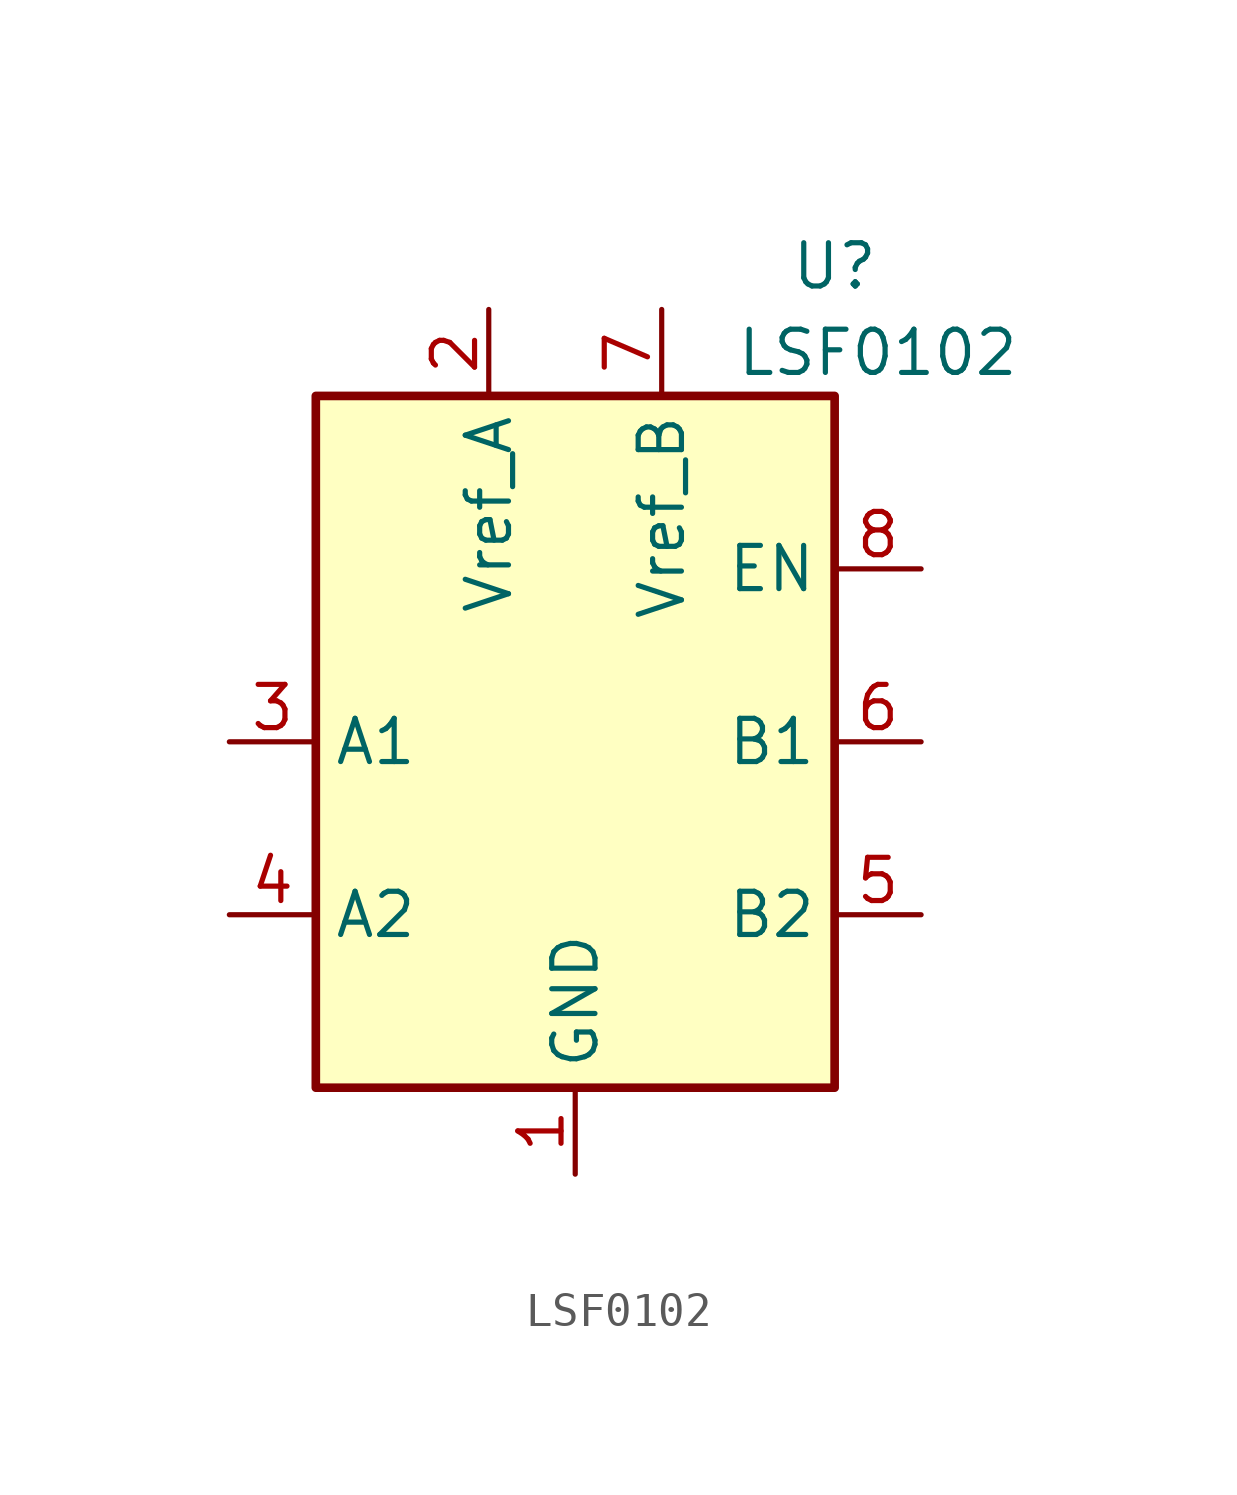
<source format=kicad_sym>
(kicad_symbol_lib
  (version 20211014)
  (generator kicad_symbol_editor)
  (symbol "LSF0102"
    (property "Reference" "U"
      (at 12.7 22.86 0)
      (effects (font (size 1.27 1.27))))
    (property "Value" "LSF0102"
      (at 13.97 20.32 0)
      (effects (font (size 1.27 1.27))))
    (symbol "LSF0102_0_1"
      (rectangle (start -2.54 19.05) (end 12.7 -1.27) (stroke (width 0.254) (type default) (color 0 0 0 0)) (fill (type background))))
    (symbol "LSF0102_1_1"
      (pin power_in line (at 5.08 -3.81 90) (length 2.54) (name "GND" (effects (font (size 1.27 1.27)))) (number "1" (effects (font (size 1.27 1.27)))))
      (pin power_in line (at 2.54 21.59 270) (length 2.54) (name "Vref_A" (effects (font (size 1.27 1.27)))) (number "2" (effects (font (size 1.27 1.27)))))
      (pin bidirectional line (at -5.08 8.89 0) (length 2.54) (name "A1" (effects (font (size 1.27 1.27)))) (number "3" (effects (font (size 1.27 1.27)))))
      (pin bidirectional line (at -5.08 3.81 0) (length 2.54) (name "A2" (effects (font (size 1.27 1.27)))) (number "4" (effects (font (size 1.27 1.27)))))
      (pin bidirectional line (at 15.24 3.81 180) (length 2.54) (name "B2" (effects (font (size 1.27 1.27)))) (number "5" (effects (font (size 1.27 1.27)))))
      (pin bidirectional line (at 15.24 8.89 180) (length 2.54) (name "B1" (effects (font (size 1.27 1.27)))) (number "6" (effects (font (size 1.27 1.27)))))
      (pin power_in line (at 7.62 21.59 270) (length 2.54) (name "Vref_B" (effects (font (size 1.27 1.27)))) (number "7" (effects (font (size 1.27 1.27)))))
      (pin input line (at 15.24 13.97 180) (length 2.54) (name "EN" (effects (font (size 1.27 1.27)))) (number "8" (effects (font (size 1.27 1.27))))))))
</source>
